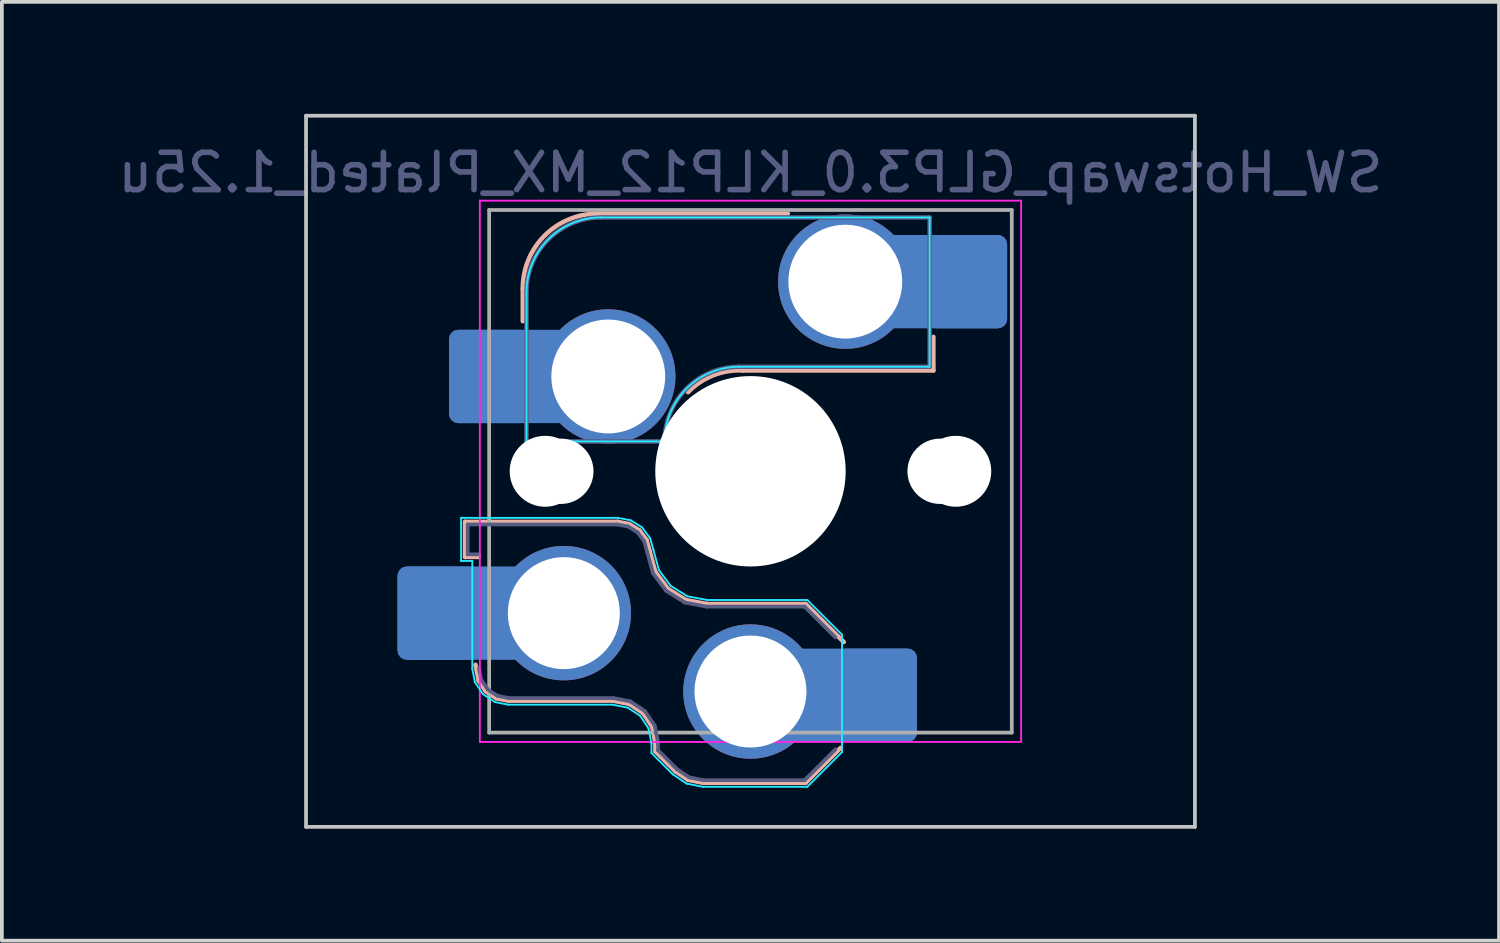
<source format=kicad_pcb>
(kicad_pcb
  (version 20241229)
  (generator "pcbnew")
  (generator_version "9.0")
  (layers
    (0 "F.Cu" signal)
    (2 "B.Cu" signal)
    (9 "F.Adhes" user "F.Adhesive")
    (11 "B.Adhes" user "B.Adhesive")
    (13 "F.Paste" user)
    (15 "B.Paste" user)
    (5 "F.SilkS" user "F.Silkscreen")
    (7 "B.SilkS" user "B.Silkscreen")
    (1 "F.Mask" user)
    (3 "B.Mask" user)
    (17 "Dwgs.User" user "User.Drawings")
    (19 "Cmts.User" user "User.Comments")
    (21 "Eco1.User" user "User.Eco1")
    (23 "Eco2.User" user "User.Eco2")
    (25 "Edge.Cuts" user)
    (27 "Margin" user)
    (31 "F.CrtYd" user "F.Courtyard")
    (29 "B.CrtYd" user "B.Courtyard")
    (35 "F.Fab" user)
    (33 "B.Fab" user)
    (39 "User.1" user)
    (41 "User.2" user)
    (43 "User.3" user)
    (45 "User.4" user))
  (footprint "SW_Hotswap_GLP3.0_KLP12_MX_Plated_1.25u"
    (layer "F.Cu")
    (at 17.054 9.575)
    (property "Reference" "SW_Hotswap_GLP3.0_KLP12_MX_Plated_1.25u" (at 0 -8 0) (layer "B.Fab") (effects (font (size 1 1) (thickness 0.15)) (justify mirror)))
    (attr smd)
    (fp_line (start -7.646 1.354) (end -3.56 1.354) (stroke (width 0.12) (type solid)) (layer "B.SilkS"))
    (fp_line (start -7.646 2.296) (end -7.646 1.354) (stroke (width 0.12) (type solid)) (layer "B.SilkS"))
    (fp_line (start -7.283 2.296) (end -7.646 2.296) (stroke (width 0.12) (type solid)) (layer "B.SilkS"))
    (fp_line (start -7.281 5.609) (end -7.366 5.182) (stroke (width 0.12) (type solid)) (layer "B.SilkS"))
    (fp_line (start -7.092 5.892) (end -7.281 5.609) (stroke (width 0.12) (type solid)) (layer "B.SilkS"))
    (fp_line (start -6.809 6.081) (end -7.092 5.892) (stroke (width 0.12) (type solid)) (layer "B.SilkS"))
    (fp_line (start -6.482 6.146) (end -6.809 6.081) (stroke (width 0.12) (type solid)) (layer "B.SilkS"))
    (fp_line (start -6.1 -4.02) (end -6.1 -4.9) (stroke (width 0.12) (type solid)) (layer "B.SilkS"))
    (fp_line (start -4.1 -6.9) (end 1 -6.9) (stroke (width 0.12) (type solid)) (layer "B.SilkS"))
    (fp_line (start -3.682 6.146) (end -6.482 6.146) (stroke (width 0.12) (type solid)) (layer "B.SilkS"))
    (fp_line (start -3.56 1.354) (end -3.25 1.413) (stroke (width 0.12) (type solid)) (layer "B.SilkS"))
    (fp_line (start -3.25 1.413) (end -2.976 1.583) (stroke (width 0.12) (type solid)) (layer "B.SilkS"))
    (fp_line (start -3.244 6.233) (end -3.682 6.146) (stroke (width 0.12) (type solid)) (layer "B.SilkS"))
    (fp_line (start -2.976 1.583) (end -2.783 1.841) (stroke (width 0.12) (type solid)) (layer "B.SilkS"))
    (fp_line (start -2.877 6.477) (end -3.244 6.233) (stroke (width 0.12) (type solid)) (layer "B.SilkS"))
    (fp_line (start -2.783 1.841) (end -2.701 2.139) (stroke (width 0.12) (type solid)) (layer "B.SilkS"))
    (fp_line (start -2.701 2.139) (end -2.547 2.697) (stroke (width 0.12) (type solid)) (layer "B.SilkS"))
    (fp_line (start -2.633 6.844) (end -2.877 6.477) (stroke (width 0.12) (type solid)) (layer "B.SilkS"))
    (fp_line (start -2.547 2.697) (end -2.209 3.15) (stroke (width 0.12) (type solid)) (layer "B.SilkS"))
    (fp_line (start -2.546 7.282) (end -2.633 6.844) (stroke (width 0.12) (type solid)) (layer "B.SilkS"))
    (fp_line (start -2.546 7.504) (end -2.546 7.282) (stroke (width 0.12) (type solid)) (layer "B.SilkS"))
    (fp_line (start -2.209 3.15) (end -1.73 3.449) (stroke (width 0.12) (type solid)) (layer "B.SilkS"))
    (fp_line (start -2.013 8.037) (end -2.546 7.504) (stroke (width 0.12) (type solid)) (layer "B.SilkS"))
    (fp_line (start -1.73 3.449) (end -1.168 3.554) (stroke (width 0.12) (type solid)) (layer "B.SilkS"))
    (fp_line (start -1.671 8.266) (end -2.013 8.037) (stroke (width 0.12) (type solid)) (layer "B.SilkS"))
    (fp_line (start -1.268 8.346) (end -1.671 8.266) (stroke (width 0.12) (type solid)) (layer "B.SilkS"))
    (fp_line (start -1.168 3.554) (end 1.479 3.554) (stroke (width 0.12) (type solid)) (layer "B.SilkS"))
    (fp_line (start -0.2 -2.7) (end 4.9 -2.7) (stroke (width 0.12) (type solid)) (layer "B.SilkS"))
    (fp_line (start 1.479 3.554) (end 2.5 4.575) (stroke (width 0.12) (type solid)) (layer "B.SilkS"))
    (fp_line (start 1.479 8.346) (end -1.268 8.346) (stroke (width 0.12) (type solid)) (layer "B.SilkS"))
    (fp_line (start 2.416 7.409) (end 1.479 8.346) (stroke (width 0.12) (type solid)) (layer "B.SilkS"))
    (fp_line (start 4.9 -2.7) (end 4.9 -3.6) (stroke (width 0.12) (type solid)) (layer "B.SilkS"))
    (fp_arc (start -6.1 -4.9) (mid -5.514214 -6.314214) (end -4.1 -6.9) (stroke (width 0.12) (type solid)) (layer "B.SilkS"))
    (fp_arc (start -1.670692 -2.119547) (mid -0.998496 -2.569775) (end -0.2 -2.7) (stroke (width 0.12) (type solid)) (layer "B.SilkS"))
    (fp_line (start -11.906 -9.525) (end -11.906 9.525) (stroke (width 0.1) (type solid)) (layer "Dwgs.User"))
    (fp_line (start -11.906 9.525) (end 11.906 9.525) (stroke (width 0.1) (type solid)) (layer "Dwgs.User"))
    (fp_line (start 11.906 -9.525) (end -11.906 -9.525) (stroke (width 0.1) (type solid)) (layer "Dwgs.User"))
    (fp_line (start 11.906 9.525) (end 11.906 -9.525) (stroke (width 0.1) (type solid)) (layer "Dwgs.User"))
    (fp_line (start -7.8 -6) (end -7 -6) (stroke (width 0.1) (type solid)) (layer "Eco1.User"))
    (fp_line (start -7.8 -2.9) (end -7.8 -6) (stroke (width 0.1) (type solid)) (layer "Eco1.User"))
    (fp_line (start -7.8 2.9) (end -7 2.9) (stroke (width 0.1) (type solid)) (layer "Eco1.User"))
    (fp_line (start -7.8 6) (end -7.8 2.9) (stroke (width 0.1) (type solid)) (layer "Eco1.User"))
    (fp_line (start -7 -7) (end 7 -7) (stroke (width 0.1) (type solid)) (layer "Eco1.User"))
    (fp_line (start -7 -6) (end -7 -7) (stroke (width 0.1) (type solid)) (layer "Eco1.User"))
    (fp_line (start -7 -2.9) (end -7.8 -2.9) (stroke (width 0.1) (type solid)) (layer "Eco1.User"))
    (fp_line (start -7 2.9) (end -7 -2.9) (stroke (width 0.1) (type solid)) (layer "Eco1.User"))
    (fp_line (start -7 6) (end -7.8 6) (stroke (width 0.1) (type solid)) (layer "Eco1.User"))
    (fp_line (start -7 7) (end -7 6) (stroke (width 0.1) (type solid)) (layer "Eco1.User"))
    (fp_line (start 7 -7) (end 7 -6) (stroke (width 0.1) (type solid)) (layer "Eco1.User"))
    (fp_line (start 7 -6) (end 7.8 -6) (stroke (width 0.1) (type solid)) (layer "Eco1.User"))
    (fp_line (start 7 -2.9) (end 7 2.9) (stroke (width 0.1) (type solid)) (layer "Eco1.User"))
    (fp_line (start 7 2.9) (end 7.8 2.9) (stroke (width 0.1) (type solid)) (layer "Eco1.User"))
    (fp_line (start 7 6) (end 7 7) (stroke (width 0.1) (type solid)) (layer "Eco1.User"))
    (fp_line (start 7 7) (end -7 7) (stroke (width 0.1) (type solid)) (layer "Eco1.User"))
    (fp_line (start 7.8 -6) (end 7.8 -2.9) (stroke (width 0.1) (type solid)) (layer "Eco1.User"))
    (fp_line (start 7.8 -2.9) (end 7 -2.9) (stroke (width 0.1) (type solid)) (layer "Eco1.User"))
    (fp_line (start 7.8 2.9) (end 7.8 6) (stroke (width 0.1) (type solid)) (layer "Eco1.User"))
    (fp_line (start 7.8 6) (end 7 6) (stroke (width 0.1) (type solid)) (layer "Eco1.User"))
    (fp_line (start -7.752 1.248) (end -3.55 1.248) (stroke (width 0.05) (type solid)) (layer "B.CrtYd"))
    (fp_line (start -7.752 2.402) (end -7.752 1.248) (stroke (width 0.05) (type solid)) (layer "B.CrtYd"))
    (fp_line (start -7.452 2.402) (end -7.752 2.402) (stroke (width 0.05) (type solid)) (layer "B.CrtYd"))
    (fp_line (start -7.452 5.292) (end -7.452 2.402) (stroke (width 0.05) (type solid)) (layer "B.CrtYd"))
    (fp_line (start -7.381 5.65) (end -7.452 5.292) (stroke (width 0.05) (type solid)) (layer "B.CrtYd"))
    (fp_line (start -7.168 5.968) (end -7.381 5.65) (stroke (width 0.05) (type solid)) (layer "B.CrtYd"))
    (fp_line (start -6.85 6.181) (end -7.168 5.968) (stroke (width 0.05) (type solid)) (layer "B.CrtYd"))
    (fp_line (start -6.492 6.252) (end -6.85 6.181) (stroke (width 0.05) (type solid)) (layer "B.CrtYd"))
    (fp_line (start -6 -0.8) (end -6 -4.8) (stroke (width 0.05) (type solid)) (layer "B.CrtYd"))
    (fp_line (start -6 -0.8) (end -2.3 -0.8) (stroke (width 0.05) (type solid)) (layer "B.CrtYd"))
    (fp_line (start -4 -6.8) (end 4.8 -6.8) (stroke (width 0.05) (type solid)) (layer "B.CrtYd"))
    (fp_line (start -3.692 6.252) (end -6.492 6.252) (stroke (width 0.05) (type solid)) (layer "B.CrtYd"))
    (fp_line (start -3.55 1.248) (end -3.211 1.312) (stroke (width 0.05) (type solid)) (layer "B.CrtYd"))
    (fp_line (start -3.285 6.333) (end -3.692 6.252) (stroke (width 0.05) (type solid)) (layer "B.CrtYd"))
    (fp_line (start -3.211 1.312) (end -2.903 1.503) (stroke (width 0.05) (type solid)) (layer "B.CrtYd"))
    (fp_line (start -2.953 6.553) (end -3.285 6.333) (stroke (width 0.05) (type solid)) (layer "B.CrtYd"))
    (fp_line (start -2.903 1.503) (end -2.687 1.794) (stroke (width 0.05) (type solid)) (layer "B.CrtYd"))
    (fp_line (start -2.733 6.885) (end -2.953 6.553) (stroke (width 0.05) (type solid)) (layer "B.CrtYd"))
    (fp_line (start -2.687 1.794) (end -2.599 2.111) (stroke (width 0.05) (type solid)) (layer "B.CrtYd"))
    (fp_line (start -2.652 7.292) (end -2.733 6.885) (stroke (width 0.05) (type solid)) (layer "B.CrtYd"))
    (fp_line (start -2.652 7.548) (end -2.652 7.292) (stroke (width 0.05) (type solid)) (layer "B.CrtYd"))
    (fp_line (start -2.599 2.111) (end -2.45 2.65) (stroke (width 0.05) (type solid)) (layer "B.CrtYd"))
    (fp_line (start -2.45 2.65) (end -2.136 3.071) (stroke (width 0.05) (type solid)) (layer "B.CrtYd"))
    (fp_line (start -2.136 3.071) (end -1.691 3.348) (stroke (width 0.05) (type solid)) (layer "B.CrtYd"))
    (fp_line (start -2.081 8.119) (end -2.652 7.548) (stroke (width 0.05) (type solid)) (layer "B.CrtYd"))
    (fp_line (start -1.712 8.366) (end -2.081 8.119) (stroke (width 0.05) (type solid)) (layer "B.CrtYd"))
    (fp_line (start -1.691 3.348) (end -1.159 3.448) (stroke (width 0.05) (type solid)) (layer "B.CrtYd"))
    (fp_line (start -1.278 8.452) (end -1.712 8.366) (stroke (width 0.05) (type solid)) (layer "B.CrtYd"))
    (fp_line (start -1.159 3.448) (end 1.523 3.448) (stroke (width 0.05) (type solid)) (layer "B.CrtYd"))
    (fp_line (start -0.3 -2.8) (end 4.8 -2.8) (stroke (width 0.05) (type solid)) (layer "B.CrtYd"))
    (fp_line (start 1.523 3.448) (end 2.452 4.377) (stroke (width 0.05) (type solid)) (layer "B.CrtYd"))
    (fp_line (start 1.523 8.452) (end -1.278 8.452) (stroke (width 0.05) (type solid)) (layer "B.CrtYd"))
    (fp_line (start 2.452 4.377) (end 2.452 7.523) (stroke (width 0.05) (type solid)) (layer "B.CrtYd"))
    (fp_line (start 2.452 7.523) (end 1.523 8.452) (stroke (width 0.05) (type solid)) (layer "B.CrtYd"))
    (fp_line (start 4.8 -6.8) (end 4.8 -2.8) (stroke (width 0.05) (type solid)) (layer "B.CrtYd"))
    (fp_arc (start -6 -4.8) (mid -5.414214 -6.214214) (end -4 -6.8) (stroke (width 0.05) (type solid)) (layer "B.CrtYd"))
    (fp_arc (start -2.3 -0.8) (mid -1.714214 -2.214214) (end -0.3 -2.8) (stroke (width 0.05) (type solid)) (layer "B.CrtYd"))
    (fp_line (start -7.25 -7.25) (end -7.25 7.25) (stroke (width 0.05) (type solid)) (layer "F.CrtYd"))
    (fp_line (start -7.25 7.25) (end 7.25 7.25) (stroke (width 0.05) (type solid)) (layer "F.CrtYd"))
    (fp_line (start 7.25 -7.25) (end -7.25 -7.25) (stroke (width 0.05) (type solid)) (layer "F.CrtYd"))
    (fp_line (start 7.25 7.25) (end 7.25 -7.25) (stroke (width 0.05) (type solid)) (layer "F.CrtYd"))
    (fp_line (start -7.575 1.425) (end -3.567 1.425) (stroke (width 0.1) (type solid)) (layer "B.Fab"))
    (fp_line (start -7.575 2.225) (end -7.575 1.425) (stroke (width 0.1) (type solid)) (layer "B.Fab"))
    (fp_line (start -7.275 2.225) (end -7.575 2.225) (stroke (width 0.1) (type solid)) (layer "B.Fab"))
    (fp_line (start -7.214 5.581) (end -7.275 5.275) (stroke (width 0.1) (type solid)) (layer "B.Fab"))
    (fp_line (start -7.041 5.841) (end -7.214 5.581) (stroke (width 0.1) (type solid)) (layer "B.Fab"))
    (fp_line (start -6.781 6.014) (end -7.041 5.841) (stroke (width 0.1) (type solid)) (layer "B.Fab"))
    (fp_line (start -6.475 6.075) (end -6.781 6.014) (stroke (width 0.1) (type solid)) (layer "B.Fab"))
    (fp_line (start -6 -0.8) (end -6 -4.8) (stroke (width 0.12) (type solid)) (layer "B.Fab"))
    (fp_line (start -6 -0.8) (end -2.3 -0.8) (stroke (width 0.12) (type solid)) (layer "B.Fab"))
    (fp_line (start -4 -6.8) (end 4.8 -6.8) (stroke (width 0.12) (type solid)) (layer "B.Fab"))
    (fp_line (start -3.675 6.075) (end -6.475 6.075) (stroke (width 0.1) (type solid)) (layer "B.Fab"))
    (fp_line (start -3.567 1.425) (end -3.276 1.48) (stroke (width 0.1) (type solid)) (layer "B.Fab"))
    (fp_line (start -3.276 1.48) (end -3.025 1.636) (stroke (width 0.1) (type solid)) (layer "B.Fab"))
    (fp_line (start -3.216 6.166) (end -3.675 6.075) (stroke (width 0.1) (type solid)) (layer "B.Fab"))
    (fp_line (start -3.025 1.636) (end -2.848 1.873) (stroke (width 0.1) (type solid)) (layer "B.Fab"))
    (fp_line (start -2.848 1.873) (end -2.769 2.158) (stroke (width 0.1) (type solid)) (layer "B.Fab"))
    (fp_line (start -2.826 6.426) (end -3.216 6.166) (stroke (width 0.1) (type solid)) (layer "B.Fab"))
    (fp_line (start -2.769 2.158) (end -2.612 2.729) (stroke (width 0.1) (type solid)) (layer "B.Fab"))
    (fp_line (start -2.612 2.729) (end -2.258 3.203) (stroke (width 0.1) (type solid)) (layer "B.Fab"))
    (fp_line (start -2.566 6.816) (end -2.826 6.426) (stroke (width 0.1) (type solid)) (layer "B.Fab"))
    (fp_line (start -2.475 7.275) (end -2.566 6.816) (stroke (width 0.1) (type solid)) (layer "B.Fab"))
    (fp_line (start -2.475 7.475) (end -2.475 7.275) (stroke (width 0.1) (type solid)) (layer "B.Fab"))
    (fp_line (start -2.258 3.203) (end -1.756 3.516) (stroke (width 0.1) (type solid)) (layer "B.Fab"))
    (fp_line (start -1.968 7.982) (end -2.475 7.475) (stroke (width 0.1) (type solid)) (layer "B.Fab"))
    (fp_line (start -1.756 3.516) (end -1.175 3.625) (stroke (width 0.1) (type solid)) (layer "B.Fab"))
    (fp_line (start -1.643 8.199) (end -1.968 7.982) (stroke (width 0.1) (type solid)) (layer "B.Fab"))
    (fp_line (start -1.261 8.275) (end -1.643 8.199) (stroke (width 0.1) (type solid)) (layer "B.Fab"))
    (fp_line (start -1.175 3.625) (end 1.45 3.625) (stroke (width 0.1) (type solid)) (layer "B.Fab"))
    (fp_line (start -0.3 -2.8) (end 4.8 -2.8) (stroke (width 0.12) (type solid)) (layer "B.Fab"))
    (fp_line (start 1.45 3.625) (end 2.275 4.45) (stroke (width 0.1) (type solid)) (layer "B.Fab"))
    (fp_line (start 1.45 8.275) (end -1.261 8.275) (stroke (width 0.1) (type solid)) (layer "B.Fab"))
    (fp_line (start 2.275 7.45) (end 1.45 8.275) (stroke (width 0.1) (type solid)) (layer "B.Fab"))
    (fp_line (start 4.8 -6.8) (end 4.8 -2.8) (stroke (width 0.12) (type solid)) (layer "B.Fab"))
    (fp_arc (start -6 -4.8) (mid -5.414214 -6.214214) (end -4 -6.8) (stroke (width 0.12) (type solid)) (layer "B.Fab"))
    (fp_arc (start -2.3 -0.8) (mid -1.714214 -2.214214) (end -0.3 -2.8) (stroke (width 0.12) (type solid)) (layer "B.Fab"))
    (fp_line (start -7 -7) (end -7 7) (stroke (width 0.1) (type solid)) (layer "F.Fab"))
    (fp_line (start -7 7) (end 7 7) (stroke (width 0.1) (type solid)) (layer "F.Fab"))
    (fp_line (start 7 -7) (end -7 -7) (stroke (width 0.1) (type solid)) (layer "F.Fab"))
    (fp_line (start 7 7) (end 7 -7) (stroke (width 0.1) (type solid)) (layer "F.Fab"))
    (pad "" np_thru_hole circle (at -5.5 0 180) (size 1.9 1.9) (drill 1.9) (layers "*.Cu" "*.Mask"))
    (pad "" np_thru_hole circle (at -5.08 0) (size 1.75 1.75) (drill 1.75) (layers "*.Cu" "*.Mask"))
    (pad "" np_thru_hole circle (at 0 0 180) (size 5.1 5.1) (drill 5.1) (layers "*.Cu" "*.Mask"))
    (pad "" np_thru_hole circle (at 5.08 0) (size 1.75 1.75) (drill 1.75) (layers "*.Cu" "*.Mask"))
    (pad "" np_thru_hole circle (at 5.5 0 180) (size 1.9 1.9) (drill 1.9) (layers "*.Cu" "*.Mask"))
    (pad "1" smd roundrect (at -8.376 3.8 180) (size 2.159 2.5) (layers "B.Cu" "B.Mask" "B.Paste") (roundrect_rratio 0.116))
    (pad "1" smd roundrect (at -7.53 3.8 180) (size 3.85 2.5) (layers "B.Cu") (roundrect_rratio 0.1))
    (pad "1" smd roundrect (at -6.997 -2.54 180) (size 2.159 2.5) (layers "B.Cu" "B.Mask" "B.Paste") (roundrect_rratio 0.116))
    (pad "1" smd roundrect (at -6.301 -2.54) (size 3.55 2.5) (layers "B.Cu") (roundrect_rratio 0.1))
    (pad "1" thru_hole circle (at -5 3.8 180) (size 3.6 3.6) (drill 3) (layers "*.Cu" "*.Mask"))
    (pad "1" thru_hole circle (at -3.81 -2.54) (size 3.6 3.6) (drill 3.05) (layers "*.Cu" "*.Mask"))
    (pad "2" thru_hole circle (at 0 5.9 180) (size 3.6 3.6) (drill 3) (layers "*.Cu" "*.Mask"))
    (pad "2" smd roundrect (at 2.535 6 180) (size 3.85 2.5) (layers "B.Cu") (roundrect_rratio 0.1))
    (pad "2" thru_hole circle (at 2.54 -5.08) (size 3.6 3.6) (drill 3.05) (layers "*.Cu" "*.Mask"))
    (pad "2" smd roundrect (at 3.381 6 180) (size 2.159 2.5) (layers "B.Cu" "B.Mask" "B.Paste") (roundrect_rratio 0.116))
    (pad "2" smd roundrect (at 5.1 -5.08) (size 3.55 2.5) (layers "B.Cu") (roundrect_rratio 0.1))
    (pad "2" smd roundrect (at 5.796 -5.08 180) (size 2.159 2.5) (layers "B.Cu" "B.Mask" "B.Paste") (roundrect_rratio 0.116)))
  (gr_rect
    (start -3 -3)
    (end 37.107 22.15)
    (stroke (width 0.1) (type default))
    (fill no)
    (layer "Edge.Cuts")))
</source>
